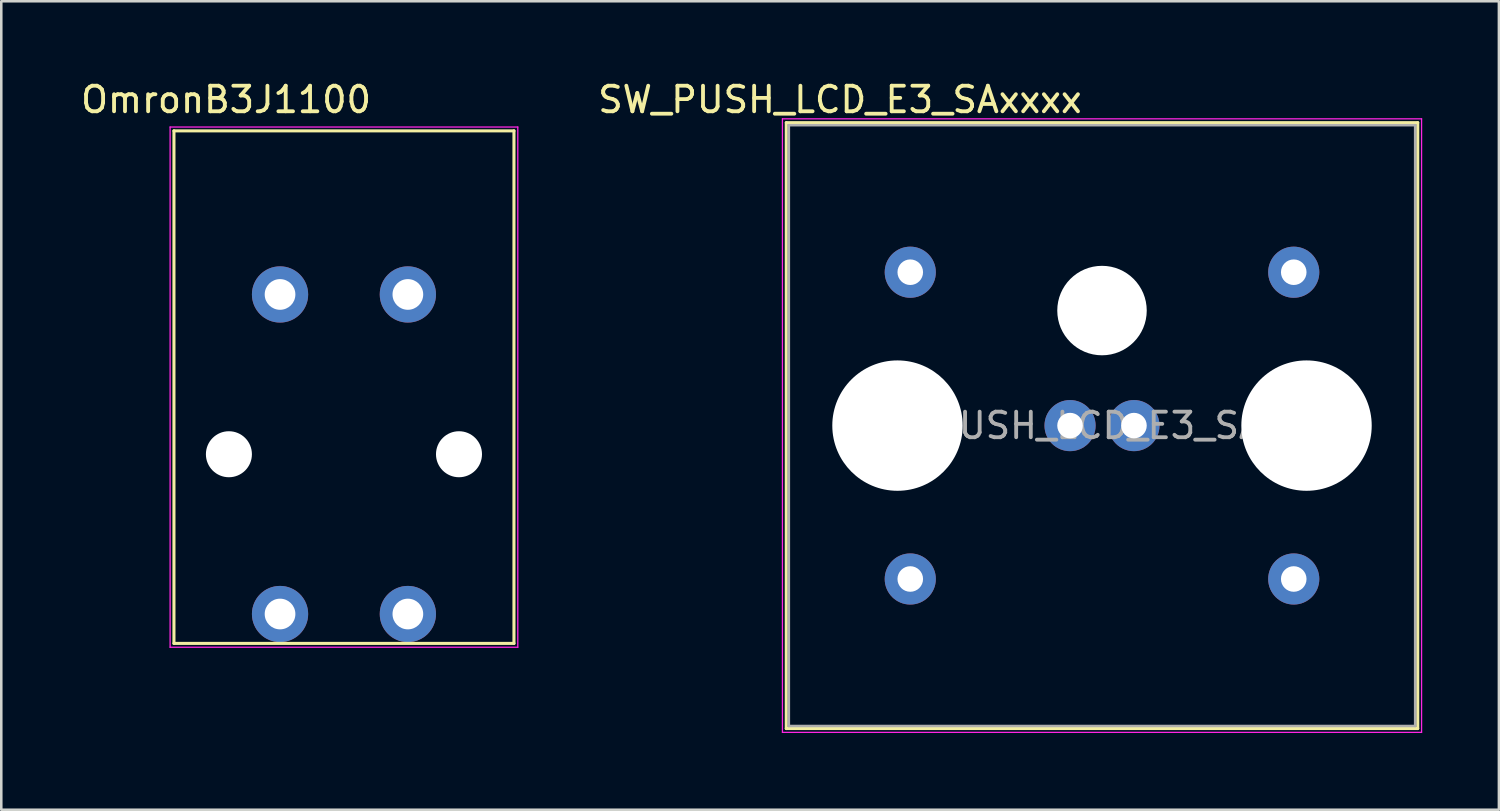
<source format=kicad_pcb>
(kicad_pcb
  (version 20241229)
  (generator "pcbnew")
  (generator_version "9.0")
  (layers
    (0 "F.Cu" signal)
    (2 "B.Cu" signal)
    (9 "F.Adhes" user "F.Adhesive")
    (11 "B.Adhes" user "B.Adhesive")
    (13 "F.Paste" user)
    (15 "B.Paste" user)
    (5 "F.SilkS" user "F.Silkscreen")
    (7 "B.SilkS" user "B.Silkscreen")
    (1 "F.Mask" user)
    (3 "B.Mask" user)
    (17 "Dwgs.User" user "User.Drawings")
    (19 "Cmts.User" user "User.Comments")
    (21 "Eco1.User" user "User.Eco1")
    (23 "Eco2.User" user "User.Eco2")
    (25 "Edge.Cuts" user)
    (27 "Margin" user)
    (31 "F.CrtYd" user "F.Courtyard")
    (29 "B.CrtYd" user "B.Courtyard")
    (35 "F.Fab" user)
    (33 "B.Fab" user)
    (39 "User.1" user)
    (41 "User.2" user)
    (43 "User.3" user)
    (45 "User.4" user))
  (footprint "SW_PUSH_LCD_E3_SAxxxx"
    (layer "F.Cu")
    (at 47.556 7.598)
    (property "Reference" "SW_PUSH_LCD_E3_SAxxxx" (at -17.75 -6.75 0) (layer "F.SilkS") (effects (font (size 1 1) (thickness 0.15))))
    (attr through_hole)
    (fp_line (start -19.85 -5.85) (end -19.85 17.85) (stroke (width 0.12) (type solid)) (layer "F.SilkS"))
    (fp_line (start -19.85 17.85) (end 4.85 17.85) (stroke (width 0.12) (type solid)) (layer "F.SilkS"))
    (fp_line (start 4.85 -5.85) (end -19.85 -5.85) (stroke (width 0.12) (type solid)) (layer "F.SilkS"))
    (fp_line (start 4.85 17.85) (end 4.85 -5.85) (stroke (width 0.12) (type solid)) (layer "F.SilkS"))
    (fp_line (start -20 -6) (end -20 18) (stroke (width 0.05) (type solid)) (layer "F.CrtYd"))
    (fp_line (start -20 18) (end 5 18) (stroke (width 0.05) (type solid)) (layer "F.CrtYd"))
    (fp_line (start 5 -6) (end -20 -6) (stroke (width 0.05) (type solid)) (layer "F.CrtYd"))
    (fp_line (start 5 18) (end 5 -6) (stroke (width 0.05) (type solid)) (layer "F.CrtYd"))
    (fp_line (start -19.75 -5.75) (end -19.75 17.75) (stroke (width 0.1) (type solid)) (layer "F.Fab"))
    (fp_line (start -19.75 17.75) (end 4.75 17.75) (stroke (width 0.1) (type solid)) (layer "F.Fab"))
    (fp_line (start 4.75 -5.75) (end -19.75 -5.75) (stroke (width 0.1) (type solid)) (layer "F.Fab"))
    (fp_line (start 4.75 -5.75) (end 4.75 17.75) (stroke (width 0.1) (type solid)) (layer "F.Fab"))
    (fp_text user "${REFERENCE}" (at -7.5 6 0) (layer "F.Fab") (effects (font (size 1 1) (thickness 0.15))))
    (pad "" np_thru_hole circle (at -15.5 6) (size 5.1 5.1) (drill 5.1) (layers "*.Cu" "*.Mask"))
    (pad "" np_thru_hole circle (at -7.5 1.5) (size 3.5 3.5) (drill 3.5) (layers "*.Cu" "*.Mask"))
    (pad "" np_thru_hole circle (at 0.5 6) (size 5.1 5.1) (drill 5.1) (layers "*.Cu" "*.Mask"))
    (pad "1" thru_hole circle (at 0 0) (size 2 2) (drill 1) (layers "*.Cu" "*.Mask"))
    (pad "2" thru_hole circle (at 0 12) (size 2 2) (drill 1) (layers "*.Cu" "*.Mask"))
    (pad "3" thru_hole circle (at -15 0) (size 2 2) (drill 1) (layers "*.Cu" "*.Mask"))
    (pad "4" thru_hole circle (at -15 12) (size 2 2) (drill 1) (layers "*.Cu" "*.Mask"))
    (pad "5" thru_hole circle (at -8.75 6) (size 2 2) (drill 1) (layers "*.Cu" "*.Mask"))
    (pad "6" thru_hole circle (at -6.25 6) (size 2 2) (drill 1) (layers "*.Cu" "*.Mask")))
  (footprint "OmronB3J1100"
    (layer "F.Cu")
    (at 12.904 8.468)
    (property "Reference" "OmronB3J1100" (at -7.112 -7.62 0) (layer "F.SilkS") (effects (font (size 1 1) (thickness 0.15))))
    (attr through_hole)
    (fp_line (start -9.15 -6.4) (end -9.15 13.65) (stroke (width 0.12) (type solid)) (layer "F.SilkS"))
    (fp_line (start -9.15 13.65) (end 4.15 13.65) (stroke (width 0.12) (type solid)) (layer "F.SilkS"))
    (fp_line (start 4.15 -6.4) (end -9.15 -6.4) (stroke (width 0.12) (type solid)) (layer "F.SilkS"))
    (fp_line (start 4.15 -6.4) (end 4.15 13.65) (stroke (width 0.12) (type solid)) (layer "F.SilkS"))
    (fp_line (start -9.3 -6.55) (end -9.3 13.8) (stroke (width 0.05) (type solid)) (layer "F.CrtYd"))
    (fp_line (start -9.3 13.8) (end 4.3 13.8) (stroke (width 0.05) (type solid)) (layer "F.CrtYd"))
    (fp_line (start 4.3 -6.55) (end -9.3 -6.55) (stroke (width 0.05) (type solid)) (layer "F.CrtYd"))
    (fp_line (start 4.3 13.8) (end 4.3 -6.55) (stroke (width 0.05) (type solid)) (layer "F.CrtYd"))
    (pad "" np_thru_hole circle (at -7 6.25) (size 1.8 1.8) (drill 1.8) (layers "*.Cu" "*.Mask"))
    (pad "" np_thru_hole circle (at 2 6.25) (size 1.8 1.8) (drill 1.8) (layers "*.Cu" "*.Mask"))
    (pad "1" thru_hole circle (at -5 0) (size 2.2 2.2) (drill 1.2) (layers "*.Cu" "*.Mask"))
    (pad "1" thru_hole circle (at -5 12.5) (size 2.2 2.2) (drill 1.2) (layers "*.Cu" "*.Mask"))
    (pad "2" thru_hole circle (at 0 0) (size 2.2 2.2) (drill 1.2) (layers "*.Cu" "*.Mask"))
    (pad "2" thru_hole circle (at 0 12.5) (size 2.2 2.2) (drill 1.2) (layers "*.Cu" "*.Mask")))
  (gr_rect
    (start -3 -3)
    (end 55.581 28.623)
    (stroke (width 0.1) (type default))
    (fill no)
    (layer "Edge.Cuts")))
</source>
